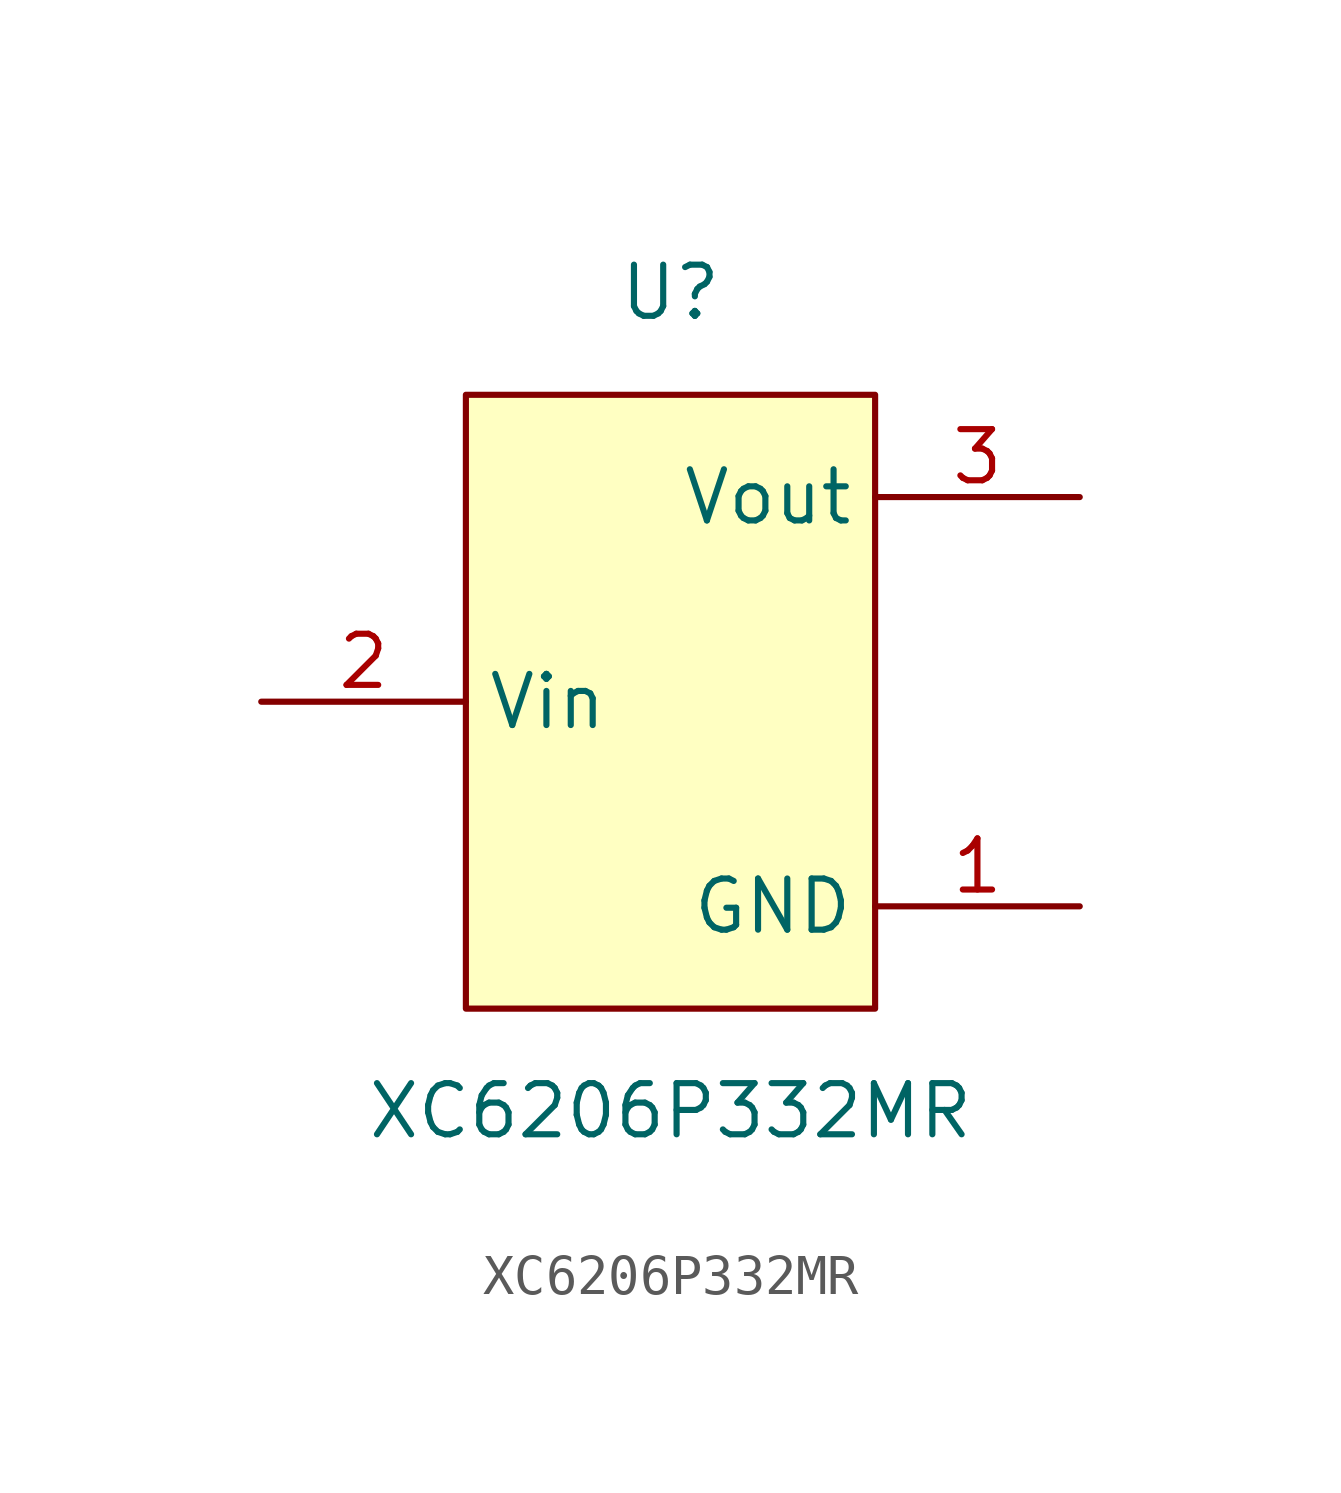
<source format=kicad_sym>
(kicad_symbol_lib
  (version 1)
  (generator "faebryk")
  (symbol "XC6206P332MR"
    (property "Reference" "U"
      (at 0 10.16 0)
      (effects (font (size 1.27 1.27)) (hide no)))
    (property "Value" "XC6206P332MR"
      (at 0 -10.16 0)
      (effects (font (size 1.27 1.27)) (hide no)))
    (symbol "XC6206P332MR_0_1"
      (rectangle (start -5.08 7.62) (end 5.08 -7.62) (stroke (width 0) (type default) (color 0 0 0 0)) (fill (type background)))
      (pin unspecified line (at 10.16 -5.08 180) (length 5.08) (name "GND" (effects (font (size 1.27 1.27)) (hide no))) (number "1" (effects (font (size 1.27 1.27)) (hide no))))
      (pin unspecified line (at -10.16 0 0) (length 5.08) (name "Vin" (effects (font (size 1.27 1.27)) (hide no))) (number "2" (effects (font (size 1.27 1.27)) (hide no))))
      (pin unspecified line (at 10.16 5.08 180) (length 5.08) (name "Vout" (effects (font (size 1.27 1.27)) (hide no))) (number "3" (effects (font (size 1.27 1.27)) (hide no)))))))
</source>
